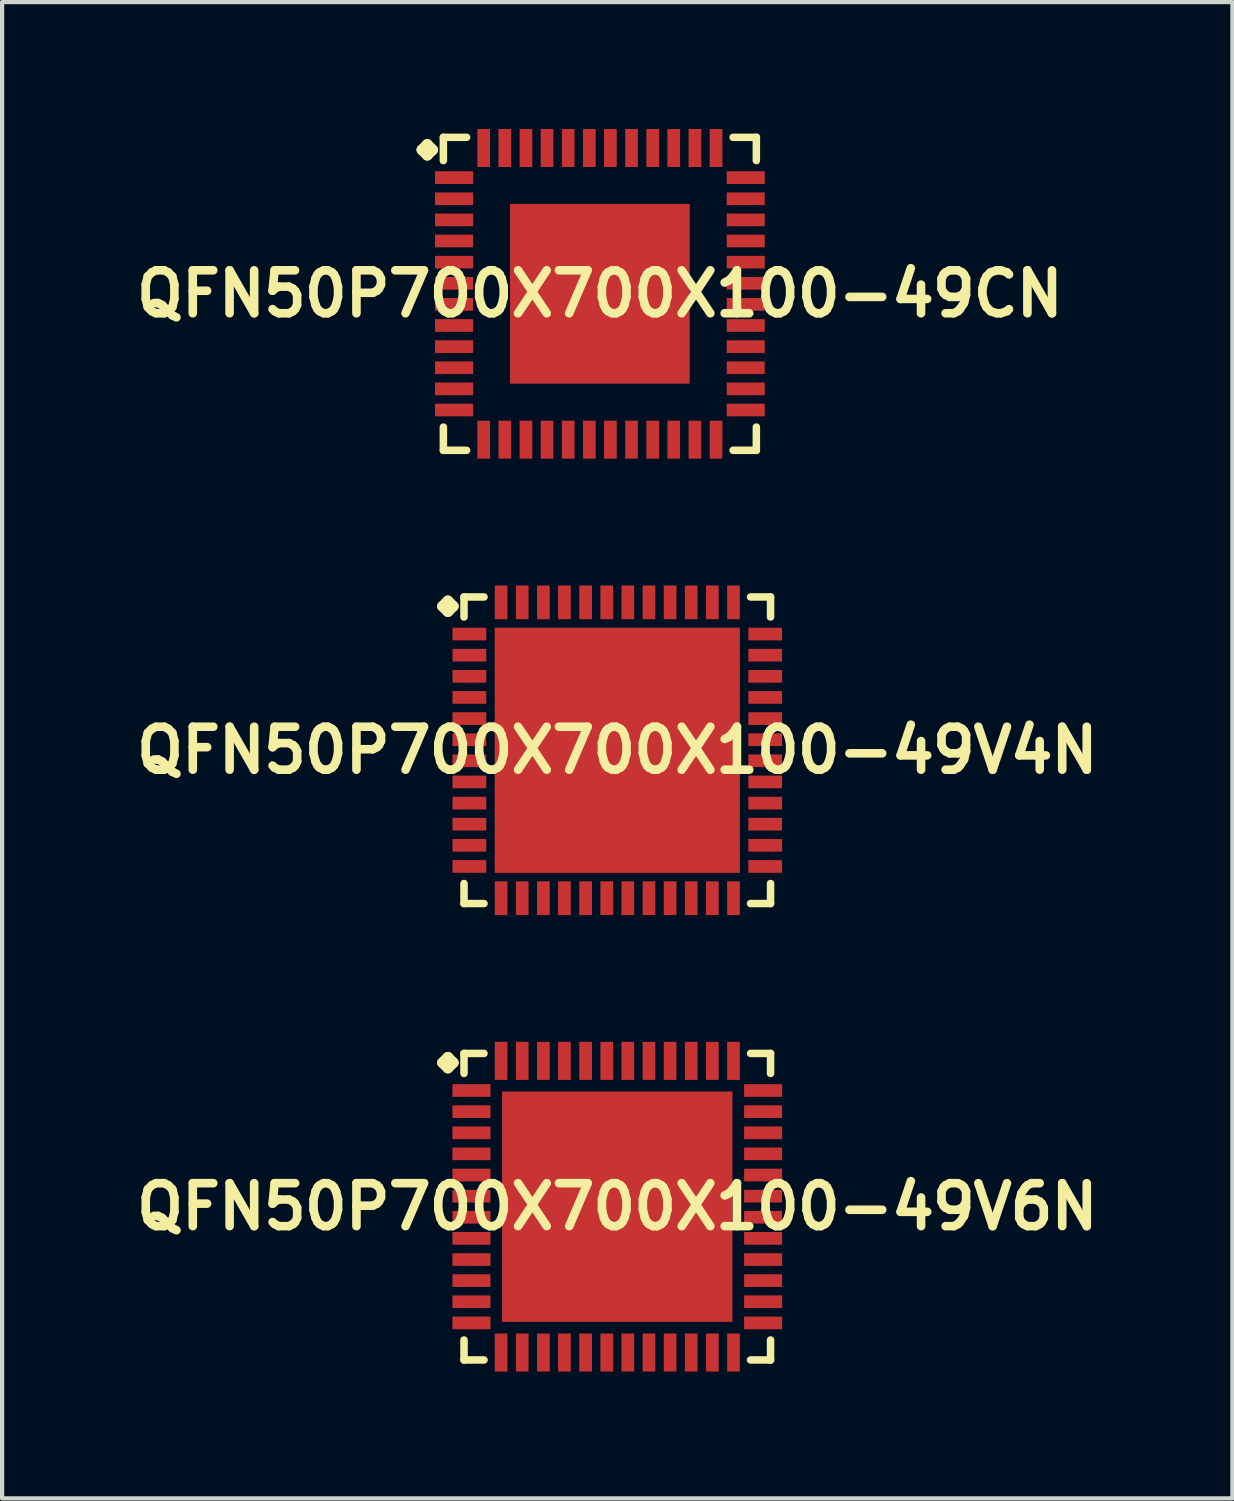
<source format=kicad_pcb>
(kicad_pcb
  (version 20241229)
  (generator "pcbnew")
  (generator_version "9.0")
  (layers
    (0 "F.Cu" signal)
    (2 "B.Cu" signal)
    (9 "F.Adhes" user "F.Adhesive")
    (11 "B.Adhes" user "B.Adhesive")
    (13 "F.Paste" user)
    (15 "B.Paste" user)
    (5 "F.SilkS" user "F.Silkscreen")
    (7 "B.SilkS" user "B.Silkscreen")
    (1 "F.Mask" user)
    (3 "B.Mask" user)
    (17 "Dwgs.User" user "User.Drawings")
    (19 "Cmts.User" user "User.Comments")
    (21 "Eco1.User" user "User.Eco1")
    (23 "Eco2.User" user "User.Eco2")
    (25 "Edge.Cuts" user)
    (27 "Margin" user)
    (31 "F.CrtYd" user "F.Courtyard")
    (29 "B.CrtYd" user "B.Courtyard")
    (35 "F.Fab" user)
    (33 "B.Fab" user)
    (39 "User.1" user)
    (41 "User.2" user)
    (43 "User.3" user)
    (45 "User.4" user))
  (footprint "QFN50P700X700X100-49V4N"
    (layer "F.Cu")
    (at 11.549 14.694)
    (property "Reference" "QFN50P700X700X100-49V4N" (at 0 0 0) (layer "F.SilkS") (effects (font (size 1.016 1.016) (thickness 0.203))))
    (attr smd)
    (fp_line (start -4.133 -3.406) (end -4.006 -3.533) (stroke (width 0.254) (type solid)) (layer "F.SilkS"))
    (fp_line (start -4.006 -3.533) (end -3.879 -3.406) (stroke (width 0.254) (type solid)) (layer "F.SilkS"))
    (fp_line (start -4.006 -3.279) (end -4.133 -3.406) (stroke (width 0.254) (type solid)) (layer "F.SilkS"))
    (fp_line (start -3.879 -3.406) (end -4.006 -3.279) (stroke (width 0.254) (type solid)) (layer "F.SilkS"))
    (fp_line (start -3.625 -3.625) (end -3.152 -3.625) (stroke (width 0.178) (type solid)) (layer "F.SilkS"))
    (fp_line (start -3.625 -3.152) (end -3.625 -3.625) (stroke (width 0.178) (type solid)) (layer "F.SilkS"))
    (fp_line (start -3.625 3.152) (end -3.625 3.625) (stroke (width 0.178) (type solid)) (layer "F.SilkS"))
    (fp_line (start -3.625 3.625) (end -3.152 3.625) (stroke (width 0.178) (type solid)) (layer "F.SilkS"))
    (fp_line (start 3.152 -3.625) (end 3.625 -3.625) (stroke (width 0.178) (type solid)) (layer "F.SilkS"))
    (fp_line (start 3.152 3.625) (end 3.625 3.625) (stroke (width 0.178) (type solid)) (layer "F.SilkS"))
    (fp_line (start 3.625 -3.625) (end 3.625 -3.152) (stroke (width 0.178) (type solid)) (layer "F.SilkS"))
    (fp_line (start 3.625 3.625) (end 3.625 3.152) (stroke (width 0.178) (type solid)) (layer "F.SilkS"))
    (pad "1" smd rect (at -3.498 -2.748) (size 0.798 0.3) (layers "F.Cu" "F.Mask" "F.Paste"))
    (pad "2" smd rect (at -3.498 -2.248) (size 0.798 0.3) (layers "F.Cu" "F.Mask" "F.Paste"))
    (pad "3" smd rect (at -3.498 -1.748) (size 0.798 0.3) (layers "F.Cu" "F.Mask" "F.Paste"))
    (pad "4" smd rect (at -3.498 -1.25) (size 0.798 0.3) (layers "F.Cu" "F.Mask" "F.Paste"))
    (pad "5" smd rect (at -3.498 -0.749) (size 0.798 0.3) (layers "F.Cu" "F.Mask" "F.Paste"))
    (pad "6" smd rect (at -3.498 -0.249) (size 0.798 0.3) (layers "F.Cu" "F.Mask" "F.Paste"))
    (pad "7" smd rect (at -3.498 0.249) (size 0.798 0.3) (layers "F.Cu" "F.Mask" "F.Paste"))
    (pad "8" smd rect (at -3.498 0.749) (size 0.798 0.3) (layers "F.Cu" "F.Mask" "F.Paste"))
    (pad "9" smd rect (at -3.498 1.25) (size 0.798 0.3) (layers "F.Cu" "F.Mask" "F.Paste"))
    (pad "10" smd rect (at -3.498 1.748) (size 0.798 0.3) (layers "F.Cu" "F.Mask" "F.Paste"))
    (pad "11" smd rect (at -3.498 2.248) (size 0.798 0.3) (layers "F.Cu" "F.Mask" "F.Paste"))
    (pad "12" smd rect (at -3.498 2.748) (size 0.798 0.3) (layers "F.Cu" "F.Mask" "F.Paste"))
    (pad "13" smd rect (at -2.748 3.498) (size 0.3 0.798) (layers "F.Cu" "F.Mask" "F.Paste"))
    (pad "14" smd rect (at -2.248 3.498) (size 0.3 0.798) (layers "F.Cu" "F.Mask" "F.Paste"))
    (pad "15" smd rect (at -1.748 3.498) (size 0.3 0.798) (layers "F.Cu" "F.Mask" "F.Paste"))
    (pad "16" smd rect (at -1.25 3.498) (size 0.3 0.798) (layers "F.Cu" "F.Mask" "F.Paste"))
    (pad "17" smd rect (at -0.749 3.498) (size 0.3 0.798) (layers "F.Cu" "F.Mask" "F.Paste"))
    (pad "18" smd rect (at -0.249 3.498) (size 0.3 0.798) (layers "F.Cu" "F.Mask" "F.Paste"))
    (pad "19" smd rect (at 0.249 3.498) (size 0.3 0.798) (layers "F.Cu" "F.Mask" "F.Paste"))
    (pad "20" smd rect (at 0.749 3.498) (size 0.3 0.798) (layers "F.Cu" "F.Mask" "F.Paste"))
    (pad "21" smd rect (at 1.25 3.498) (size 0.3 0.798) (layers "F.Cu" "F.Mask" "F.Paste"))
    (pad "22" smd rect (at 1.748 3.498) (size 0.3 0.798) (layers "F.Cu" "F.Mask" "F.Paste"))
    (pad "23" smd rect (at 2.248 3.498) (size 0.3 0.798) (layers "F.Cu" "F.Mask" "F.Paste"))
    (pad "24" smd rect (at 2.748 3.498) (size 0.3 0.798) (layers "F.Cu" "F.Mask" "F.Paste"))
    (pad "25" smd rect (at 3.498 2.748) (size 0.798 0.3) (layers "F.Cu" "F.Mask" "F.Paste"))
    (pad "26" smd rect (at 3.498 2.248) (size 0.798 0.3) (layers "F.Cu" "F.Mask" "F.Paste"))
    (pad "27" smd rect (at 3.498 1.748) (size 0.798 0.3) (layers "F.Cu" "F.Mask" "F.Paste"))
    (pad "28" smd rect (at 3.498 1.25) (size 0.798 0.3) (layers "F.Cu" "F.Mask" "F.Paste"))
    (pad "29" smd rect (at 3.498 0.749) (size 0.798 0.3) (layers "F.Cu" "F.Mask" "F.Paste"))
    (pad "30" smd rect (at 3.498 0.249) (size 0.798 0.3) (layers "F.Cu" "F.Mask" "F.Paste"))
    (pad "31" smd rect (at 3.498 -0.249) (size 0.798 0.3) (layers "F.Cu" "F.Mask" "F.Paste"))
    (pad "32" smd rect (at 3.498 -0.749) (size 0.798 0.3) (layers "F.Cu" "F.Mask" "F.Paste"))
    (pad "33" smd rect (at 3.498 -1.25) (size 0.798 0.3) (layers "F.Cu" "F.Mask" "F.Paste"))
    (pad "34" smd rect (at 3.498 -1.748) (size 0.798 0.3) (layers "F.Cu" "F.Mask" "F.Paste"))
    (pad "35" smd rect (at 3.498 -2.248) (size 0.798 0.3) (layers "F.Cu" "F.Mask" "F.Paste"))
    (pad "36" smd rect (at 3.498 -2.748) (size 0.798 0.3) (layers "F.Cu" "F.Mask" "F.Paste"))
    (pad "37" smd rect (at 2.748 -3.498) (size 0.3 0.798) (layers "F.Cu" "F.Mask" "F.Paste"))
    (pad "38" smd rect (at 2.248 -3.498) (size 0.3 0.798) (layers "F.Cu" "F.Mask" "F.Paste"))
    (pad "39" smd rect (at 1.748 -3.498) (size 0.3 0.798) (layers "F.Cu" "F.Mask" "F.Paste"))
    (pad "40" smd rect (at 1.25 -3.498) (size 0.3 0.798) (layers "F.Cu" "F.Mask" "F.Paste"))
    (pad "41" smd rect (at 0.749 -3.498) (size 0.3 0.798) (layers "F.Cu" "F.Mask" "F.Paste"))
    (pad "42" smd rect (at 0.249 -3.498) (size 0.3 0.798) (layers "F.Cu" "F.Mask" "F.Paste"))
    (pad "43" smd rect (at -0.249 -3.498) (size 0.3 0.798) (layers "F.Cu" "F.Mask" "F.Paste"))
    (pad "44" smd rect (at -0.749 -3.498) (size 0.3 0.798) (layers "F.Cu" "F.Mask" "F.Paste"))
    (pad "45" smd rect (at -1.25 -3.498) (size 0.3 0.798) (layers "F.Cu" "F.Mask" "F.Paste"))
    (pad "46" smd rect (at -1.748 -3.498) (size 0.3 0.798) (layers "F.Cu" "F.Mask" "F.Paste"))
    (pad "47" smd rect (at -2.248 -3.498) (size 0.3 0.798) (layers "F.Cu" "F.Mask" "F.Paste"))
    (pad "48" smd rect (at -2.748 -3.498) (size 0.3 0.798) (layers "F.Cu" "F.Mask" "F.Paste"))
    (pad "49" smd rect (at 0 0) (size 5.799 5.799) (layers "F.Cu" "F.Mask" "F.Paste")))
  (footprint "QFN50P700X700X100-49CN"
    (layer "F.Cu")
    (at 11.137 3.899)
    (property "Reference" "QFN50P700X700X100-49CN" (at 0 0 0) (layer "F.SilkS") (effects (font (size 1.016 1.016) (thickness 0.203))))
    (attr smd)
    (fp_line (start -4.209 -3.406) (end -4.082 -3.533) (stroke (width 0.254) (type solid)) (layer "F.SilkS"))
    (fp_line (start -4.082 -3.533) (end -3.955 -3.406) (stroke (width 0.254) (type solid)) (layer "F.SilkS"))
    (fp_line (start -4.082 -3.279) (end -4.209 -3.406) (stroke (width 0.254) (type solid)) (layer "F.SilkS"))
    (fp_line (start -3.955 -3.406) (end -4.082 -3.279) (stroke (width 0.254) (type solid)) (layer "F.SilkS"))
    (fp_line (start -3.701 -3.701) (end -3.152 -3.701) (stroke (width 0.178) (type solid)) (layer "F.SilkS"))
    (fp_line (start -3.701 -3.152) (end -3.701 -3.701) (stroke (width 0.178) (type solid)) (layer "F.SilkS"))
    (fp_line (start -3.701 3.152) (end -3.701 3.701) (stroke (width 0.178) (type solid)) (layer "F.SilkS"))
    (fp_line (start -3.701 3.701) (end -3.152 3.701) (stroke (width 0.178) (type solid)) (layer "F.SilkS"))
    (fp_line (start 3.152 -3.701) (end 3.701 -3.701) (stroke (width 0.178) (type solid)) (layer "F.SilkS"))
    (fp_line (start 3.152 3.701) (end 3.701 3.701) (stroke (width 0.178) (type solid)) (layer "F.SilkS"))
    (fp_line (start 3.701 -3.701) (end 3.701 -3.152) (stroke (width 0.178) (type solid)) (layer "F.SilkS"))
    (fp_line (start 3.701 3.701) (end 3.701 3.152) (stroke (width 0.178) (type solid)) (layer "F.SilkS"))
    (pad "1" smd rect (at -3.449 -2.748) (size 0.899 0.3) (layers "F.Cu" "F.Mask" "F.Paste"))
    (pad "2" smd rect (at -3.449 -2.248) (size 0.899 0.3) (layers "F.Cu" "F.Mask" "F.Paste"))
    (pad "3" smd rect (at -3.449 -1.748) (size 0.899 0.3) (layers "F.Cu" "F.Mask" "F.Paste"))
    (pad "4" smd rect (at -3.449 -1.25) (size 0.899 0.3) (layers "F.Cu" "F.Mask" "F.Paste"))
    (pad "5" smd rect (at -3.449 -0.749) (size 0.899 0.3) (layers "F.Cu" "F.Mask" "F.Paste"))
    (pad "6" smd rect (at -3.449 -0.249) (size 0.899 0.3) (layers "F.Cu" "F.Mask" "F.Paste"))
    (pad "7" smd rect (at -3.449 0.249) (size 0.899 0.3) (layers "F.Cu" "F.Mask" "F.Paste"))
    (pad "8" smd rect (at -3.449 0.749) (size 0.899 0.3) (layers "F.Cu" "F.Mask" "F.Paste"))
    (pad "9" smd rect (at -3.449 1.25) (size 0.899 0.3) (layers "F.Cu" "F.Mask" "F.Paste"))
    (pad "10" smd rect (at -3.449 1.748) (size 0.899 0.3) (layers "F.Cu" "F.Mask" "F.Paste"))
    (pad "11" smd rect (at -3.449 2.248) (size 0.899 0.3) (layers "F.Cu" "F.Mask" "F.Paste"))
    (pad "12" smd rect (at -3.449 2.748) (size 0.899 0.3) (layers "F.Cu" "F.Mask" "F.Paste"))
    (pad "13" smd rect (at -2.748 3.449) (size 0.3 0.899) (layers "F.Cu" "F.Mask" "F.Paste"))
    (pad "14" smd rect (at -2.248 3.449) (size 0.3 0.899) (layers "F.Cu" "F.Mask" "F.Paste"))
    (pad "15" smd rect (at -1.748 3.449) (size 0.3 0.899) (layers "F.Cu" "F.Mask" "F.Paste"))
    (pad "16" smd rect (at -1.25 3.449) (size 0.3 0.899) (layers "F.Cu" "F.Mask" "F.Paste"))
    (pad "17" smd rect (at -0.749 3.449) (size 0.3 0.899) (layers "F.Cu" "F.Mask" "F.Paste"))
    (pad "18" smd rect (at -0.249 3.449) (size 0.3 0.899) (layers "F.Cu" "F.Mask" "F.Paste"))
    (pad "19" smd rect (at 0.249 3.449) (size 0.3 0.899) (layers "F.Cu" "F.Mask" "F.Paste"))
    (pad "20" smd rect (at 0.749 3.449) (size 0.3 0.899) (layers "F.Cu" "F.Mask" "F.Paste"))
    (pad "21" smd rect (at 1.25 3.449) (size 0.3 0.899) (layers "F.Cu" "F.Mask" "F.Paste"))
    (pad "22" smd rect (at 1.748 3.449) (size 0.3 0.899) (layers "F.Cu" "F.Mask" "F.Paste"))
    (pad "23" smd rect (at 2.248 3.449) (size 0.3 0.899) (layers "F.Cu" "F.Mask" "F.Paste"))
    (pad "24" smd rect (at 2.748 3.449) (size 0.3 0.899) (layers "F.Cu" "F.Mask" "F.Paste"))
    (pad "25" smd rect (at 3.449 2.748) (size 0.899 0.3) (layers "F.Cu" "F.Mask" "F.Paste"))
    (pad "26" smd rect (at 3.449 2.248) (size 0.899 0.3) (layers "F.Cu" "F.Mask" "F.Paste"))
    (pad "27" smd rect (at 3.449 1.748) (size 0.899 0.3) (layers "F.Cu" "F.Mask" "F.Paste"))
    (pad "28" smd rect (at 3.449 1.25) (size 0.899 0.3) (layers "F.Cu" "F.Mask" "F.Paste"))
    (pad "29" smd rect (at 3.449 0.749) (size 0.899 0.3) (layers "F.Cu" "F.Mask" "F.Paste"))
    (pad "30" smd rect (at 3.449 0.249) (size 0.899 0.3) (layers "F.Cu" "F.Mask" "F.Paste"))
    (pad "31" smd rect (at 3.449 -0.249) (size 0.899 0.3) (layers "F.Cu" "F.Mask" "F.Paste"))
    (pad "32" smd rect (at 3.449 -0.749) (size 0.899 0.3) (layers "F.Cu" "F.Mask" "F.Paste"))
    (pad "33" smd rect (at 3.449 -1.25) (size 0.899 0.3) (layers "F.Cu" "F.Mask" "F.Paste"))
    (pad "34" smd rect (at 3.449 -1.748) (size 0.899 0.3) (layers "F.Cu" "F.Mask" "F.Paste"))
    (pad "35" smd rect (at 3.449 -2.248) (size 0.899 0.3) (layers "F.Cu" "F.Mask" "F.Paste"))
    (pad "36" smd rect (at 3.449 -2.748) (size 0.899 0.3) (layers "F.Cu" "F.Mask" "F.Paste"))
    (pad "37" smd rect (at 2.748 -3.449) (size 0.3 0.899) (layers "F.Cu" "F.Mask" "F.Paste"))
    (pad "38" smd rect (at 2.248 -3.449) (size 0.3 0.899) (layers "F.Cu" "F.Mask" "F.Paste"))
    (pad "39" smd rect (at 1.748 -3.449) (size 0.3 0.899) (layers "F.Cu" "F.Mask" "F.Paste"))
    (pad "40" smd rect (at 1.25 -3.449) (size 0.3 0.899) (layers "F.Cu" "F.Mask" "F.Paste"))
    (pad "41" smd rect (at 0.749 -3.449) (size 0.3 0.899) (layers "F.Cu" "F.Mask" "F.Paste"))
    (pad "42" smd rect (at 0.249 -3.449) (size 0.3 0.899) (layers "F.Cu" "F.Mask" "F.Paste"))
    (pad "43" smd rect (at -0.249 -3.449) (size 0.3 0.899) (layers "F.Cu" "F.Mask" "F.Paste"))
    (pad "44" smd rect (at -0.749 -3.449) (size 0.3 0.899) (layers "F.Cu" "F.Mask" "F.Paste"))
    (pad "45" smd rect (at -1.25 -3.449) (size 0.3 0.899) (layers "F.Cu" "F.Mask" "F.Paste"))
    (pad "46" smd rect (at -1.748 -3.449) (size 0.3 0.899) (layers "F.Cu" "F.Mask" "F.Paste"))
    (pad "47" smd rect (at -2.248 -3.449) (size 0.3 0.899) (layers "F.Cu" "F.Mask" "F.Paste"))
    (pad "48" smd rect (at -2.748 -3.449) (size 0.3 0.899) (layers "F.Cu" "F.Mask" "F.Paste"))
    (pad "49" smd rect (at 0 0) (size 4.249 4.249) (layers "F.Cu" "F.Mask" "F.Paste")))
  (footprint "QFN50P700X700X100-49V6N"
    (layer "F.Cu")
    (at 11.549 25.489)
    (property "Reference" "QFN50P700X700X100-49V6N" (at 0 0 0) (layer "F.SilkS") (effects (font (size 1.016 1.016) (thickness 0.203))))
    (attr smd)
    (fp_line (start -4.133 -3.406) (end -4.006 -3.533) (stroke (width 0.254) (type solid)) (layer "F.SilkS"))
    (fp_line (start -4.006 -3.533) (end -3.879 -3.406) (stroke (width 0.254) (type solid)) (layer "F.SilkS"))
    (fp_line (start -4.006 -3.279) (end -4.133 -3.406) (stroke (width 0.254) (type solid)) (layer "F.SilkS"))
    (fp_line (start -3.879 -3.406) (end -4.006 -3.279) (stroke (width 0.254) (type solid)) (layer "F.SilkS"))
    (fp_line (start -3.625 -3.625) (end -3.152 -3.625) (stroke (width 0.178) (type solid)) (layer "F.SilkS"))
    (fp_line (start -3.625 -3.152) (end -3.625 -3.625) (stroke (width 0.178) (type solid)) (layer "F.SilkS"))
    (fp_line (start -3.625 3.152) (end -3.625 3.625) (stroke (width 0.178) (type solid)) (layer "F.SilkS"))
    (fp_line (start -3.625 3.625) (end -3.152 3.625) (stroke (width 0.178) (type solid)) (layer "F.SilkS"))
    (fp_line (start 3.152 -3.625) (end 3.625 -3.625) (stroke (width 0.178) (type solid)) (layer "F.SilkS"))
    (fp_line (start 3.152 3.625) (end 3.625 3.625) (stroke (width 0.178) (type solid)) (layer "F.SilkS"))
    (fp_line (start 3.625 -3.625) (end 3.625 -3.152) (stroke (width 0.178) (type solid)) (layer "F.SilkS"))
    (fp_line (start 3.625 3.625) (end 3.625 3.152) (stroke (width 0.178) (type solid)) (layer "F.SilkS"))
    (pad "1" smd rect (at -3.449 -2.748) (size 0.899 0.3) (layers "F.Cu" "F.Mask" "F.Paste"))
    (pad "2" smd rect (at -3.449 -2.248) (size 0.899 0.3) (layers "F.Cu" "F.Mask" "F.Paste"))
    (pad "3" smd rect (at -3.449 -1.748) (size 0.899 0.3) (layers "F.Cu" "F.Mask" "F.Paste"))
    (pad "4" smd rect (at -3.449 -1.25) (size 0.899 0.3) (layers "F.Cu" "F.Mask" "F.Paste"))
    (pad "5" smd rect (at -3.449 -0.749) (size 0.899 0.3) (layers "F.Cu" "F.Mask" "F.Paste"))
    (pad "6" smd rect (at -3.449 -0.249) (size 0.899 0.3) (layers "F.Cu" "F.Mask" "F.Paste"))
    (pad "7" smd rect (at -3.449 0.249) (size 0.899 0.3) (layers "F.Cu" "F.Mask" "F.Paste"))
    (pad "8" smd rect (at -3.449 0.749) (size 0.899 0.3) (layers "F.Cu" "F.Mask" "F.Paste"))
    (pad "9" smd rect (at -3.449 1.25) (size 0.899 0.3) (layers "F.Cu" "F.Mask" "F.Paste"))
    (pad "10" smd rect (at -3.449 1.748) (size 0.899 0.3) (layers "F.Cu" "F.Mask" "F.Paste"))
    (pad "11" smd rect (at -3.449 2.248) (size 0.899 0.3) (layers "F.Cu" "F.Mask" "F.Paste"))
    (pad "12" smd rect (at -3.449 2.748) (size 0.899 0.3) (layers "F.Cu" "F.Mask" "F.Paste"))
    (pad "13" smd rect (at -2.748 3.449) (size 0.3 0.899) (layers "F.Cu" "F.Mask" "F.Paste"))
    (pad "14" smd rect (at -2.248 3.449) (size 0.3 0.899) (layers "F.Cu" "F.Mask" "F.Paste"))
    (pad "15" smd rect (at -1.748 3.449) (size 0.3 0.899) (layers "F.Cu" "F.Mask" "F.Paste"))
    (pad "16" smd rect (at -1.25 3.449) (size 0.3 0.899) (layers "F.Cu" "F.Mask" "F.Paste"))
    (pad "17" smd rect (at -0.749 3.449) (size 0.3 0.899) (layers "F.Cu" "F.Mask" "F.Paste"))
    (pad "18" smd rect (at -0.249 3.449) (size 0.3 0.899) (layers "F.Cu" "F.Mask" "F.Paste"))
    (pad "19" smd rect (at 0.249 3.449) (size 0.3 0.899) (layers "F.Cu" "F.Mask" "F.Paste"))
    (pad "20" smd rect (at 0.749 3.449) (size 0.3 0.899) (layers "F.Cu" "F.Mask" "F.Paste"))
    (pad "21" smd rect (at 1.25 3.449) (size 0.3 0.899) (layers "F.Cu" "F.Mask" "F.Paste"))
    (pad "22" smd rect (at 1.748 3.449) (size 0.3 0.899) (layers "F.Cu" "F.Mask" "F.Paste"))
    (pad "23" smd rect (at 2.248 3.449) (size 0.3 0.899) (layers "F.Cu" "F.Mask" "F.Paste"))
    (pad "24" smd rect (at 2.748 3.449) (size 0.3 0.899) (layers "F.Cu" "F.Mask" "F.Paste"))
    (pad "25" smd rect (at 3.449 2.748) (size 0.899 0.3) (layers "F.Cu" "F.Mask" "F.Paste"))
    (pad "26" smd rect (at 3.449 2.248) (size 0.899 0.3) (layers "F.Cu" "F.Mask" "F.Paste"))
    (pad "27" smd rect (at 3.449 1.748) (size 0.899 0.3) (layers "F.Cu" "F.Mask" "F.Paste"))
    (pad "28" smd rect (at 3.449 1.25) (size 0.899 0.3) (layers "F.Cu" "F.Mask" "F.Paste"))
    (pad "29" smd rect (at 3.449 0.749) (size 0.899 0.3) (layers "F.Cu" "F.Mask" "F.Paste"))
    (pad "30" smd rect (at 3.449 0.249) (size 0.899 0.3) (layers "F.Cu" "F.Mask" "F.Paste"))
    (pad "31" smd rect (at 3.449 -0.249) (size 0.899 0.3) (layers "F.Cu" "F.Mask" "F.Paste"))
    (pad "32" smd rect (at 3.449 -0.749) (size 0.899 0.3) (layers "F.Cu" "F.Mask" "F.Paste"))
    (pad "33" smd rect (at 3.449 -1.25) (size 0.899 0.3) (layers "F.Cu" "F.Mask" "F.Paste"))
    (pad "34" smd rect (at 3.449 -1.748) (size 0.899 0.3) (layers "F.Cu" "F.Mask" "F.Paste"))
    (pad "35" smd rect (at 3.449 -2.248) (size 0.899 0.3) (layers "F.Cu" "F.Mask" "F.Paste"))
    (pad "36" smd rect (at 3.449 -2.748) (size 0.899 0.3) (layers "F.Cu" "F.Mask" "F.Paste"))
    (pad "37" smd rect (at 2.748 -3.449) (size 0.3 0.899) (layers "F.Cu" "F.Mask" "F.Paste"))
    (pad "38" smd rect (at 2.248 -3.449) (size 0.3 0.899) (layers "F.Cu" "F.Mask" "F.Paste"))
    (pad "39" smd rect (at 1.748 -3.449) (size 0.3 0.899) (layers "F.Cu" "F.Mask" "F.Paste"))
    (pad "40" smd rect (at 1.25 -3.449) (size 0.3 0.899) (layers "F.Cu" "F.Mask" "F.Paste"))
    (pad "41" smd rect (at 0.749 -3.449) (size 0.3 0.899) (layers "F.Cu" "F.Mask" "F.Paste"))
    (pad "42" smd rect (at 0.249 -3.449) (size 0.3 0.899) (layers "F.Cu" "F.Mask" "F.Paste"))
    (pad "43" smd rect (at -0.249 -3.449) (size 0.3 0.899) (layers "F.Cu" "F.Mask" "F.Paste"))
    (pad "44" smd rect (at -0.749 -3.449) (size 0.3 0.899) (layers "F.Cu" "F.Mask" "F.Paste"))
    (pad "45" smd rect (at -1.25 -3.449) (size 0.3 0.899) (layers "F.Cu" "F.Mask" "F.Paste"))
    (pad "46" smd rect (at -1.748 -3.449) (size 0.3 0.899) (layers "F.Cu" "F.Mask" "F.Paste"))
    (pad "47" smd rect (at -2.248 -3.449) (size 0.3 0.899) (layers "F.Cu" "F.Mask" "F.Paste"))
    (pad "48" smd rect (at -2.748 -3.449) (size 0.3 0.899) (layers "F.Cu" "F.Mask" "F.Paste"))
    (pad "49" smd rect (at 0 0) (size 5.448 5.448) (layers "F.Cu" "F.Mask" "F.Paste")))
  (gr_rect
    (start -3 -3)
    (end 26.097 32.388)
    (stroke (width 0.1) (type default))
    (fill no)
    (layer "Edge.Cuts")))
</source>
